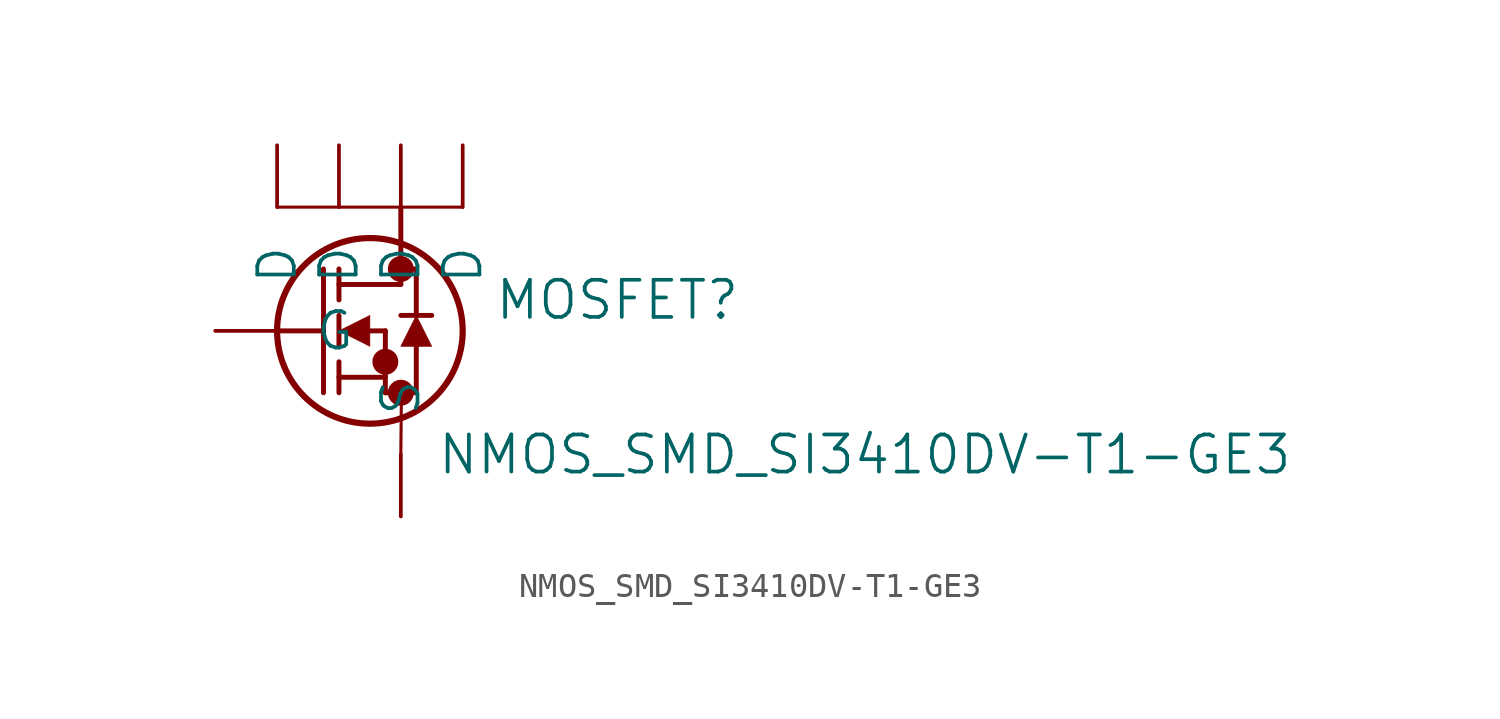
<source format=kicad_sym>
(kicad_symbol_lib
  (version 20201005)
  (generator kicad_symbol_editor)
  (symbol "NB3_power:NMOS_SMD_SI3410DV-T1-GE3"
    (pin_numbers hide)
    (pin_names
      (offset 1.524))
    (property "Reference" "MOSFET"
      (at 16.51 1.27 0)
      (effects (font (size 1.524 1.524))))
    (property "Value" "NMOS_SMD_SI3410DV-T1-GE3"
      (at 26.67 -5.08 0)
      (effects (font (size 1.524 1.524))))
    (property "Datasheet" ""
      (at 0 0 0)
      (effects (font (size 1.524 1.524))))
    (property "ki_locked" ""
      (at 0 0 0)
      (effects (font (size 1.27 1.27))))
    (symbol "NMOS_SMD_SI3410DV-T1-GE3_1_1"
      (circle (center 7.62 2.54) (radius 0.025) (stroke (width 0.508)) (fill (type none)))
      (circle (center 7.62 -2.54) (radius 0.025) (stroke (width 0.508)) (fill (type none)))
      (circle (center 6.985 -1.27) (radius 0.025) (stroke (width 0.508)) (fill (type none)))
      (circle (center 6.35 0) (radius 3.81) (stroke (width 0.254)) (fill (type none)))
      (polyline (pts (xy 6.35 0.635) (xy 5.08 0) (xy 6.35 -0.635) (xy 6.35 0.635)) (stroke (width 0.025)) (fill (type outline)))
      (polyline (pts (xy 8.89 -0.635) (xy 7.62 -0.635) (xy 8.255 0.635) (xy 8.89 -0.635)) (stroke (width 0.025)) (fill (type outline)))
      (polyline (pts (xy 2.54 0) (xy 4.445 0)) (stroke (width 0.203)) (fill (type none)))
      (polyline (pts (xy 4.445 -2.54) (xy 4.445 2.54)) (stroke (width 0.203)) (fill (type none)))
      (polyline (pts (xy 5.08 -0.635) (xy 5.08 0.635)) (stroke (width 0.203)) (fill (type none)))
      (polyline (pts (xy 5.08 -2.54) (xy 5.08 -1.27)) (stroke (width 0.203)) (fill (type none)))
      (polyline (pts (xy 5.08 1.27) (xy 5.08 2.54)) (stroke (width 0.203)) (fill (type none)))
      (polyline (pts (xy 6.35 0) (xy 6.985 0)) (stroke (width 0.203)) (fill (type none)))
      (polyline (pts (xy 5.08 -1.905) (xy 6.985 -1.905)) (stroke (width 0.203)) (fill (type none)))
      (polyline (pts (xy 6.985 -2.54) (xy 6.985 0)) (stroke (width 0.203)) (fill (type none)))
      (polyline (pts (xy 6.985 -2.54) (xy 8.255 -2.54)) (stroke (width 0.203)) (fill (type none)))
      (polyline (pts (xy 5.08 1.905) (xy 7.62 1.905)) (stroke (width 0.203)) (fill (type none)))
      (polyline (pts (xy 8.255 0.635) (xy 8.255 2.54)) (stroke (width 0.203)) (fill (type none)))
      (polyline (pts (xy 8.255 -2.54) (xy 8.255 -0.635)) (stroke (width 0.203)) (fill (type none)))
      (polyline (pts (xy 8.89 0.635) (xy 7.62 0.635)) (stroke (width 0.203)) (fill (type none)))
      (polyline (pts (xy 7.62 2.54) (xy 8.255 2.54)) (stroke (width 0.203)) (fill (type none)))
      (polyline (pts (xy 7.62 5.08) (xy 7.62 1.905)) (stroke (width 0.203)) (fill (type none)))
      (polyline (pts (xy 2.54 5.08) (xy 10.16 5.08)) (stroke (width 0.127)) (fill (type none)))
      (polyline (pts (xy 7.645 -2.54) (xy 7.62 -5.08)) (stroke (width 0.127)) (fill (type none)))
      (pin unspecified line (at 2.54 7.62 270) (length 2.54) (name "D" (effects (font (size 1.499 1.499)))) (number "1" (effects (font (size 1.499 1.499)))))
      (pin unspecified line (at 5.08 7.62 270) (length 2.54) (name "D" (effects (font (size 1.499 1.499)))) (number "2" (effects (font (size 1.499 1.499)))))
      (pin unspecified line (at 0 0 0) (length 2.54) (name "G" (effects (font (size 1.499 1.499)))) (number "3" (effects (font (size 1.499 1.499)))))
      (pin unspecified line (at 7.62 -7.62 90) (length 2.54) (name "S" (effects (font (size 1.499 1.499)))) (number "4" (effects (font (size 1.499 1.499)))))
      (pin unspecified line (at 7.62 7.62 270) (length 2.54) (name "D" (effects (font (size 1.499 1.499)))) (number "5" (effects (font (size 1.499 1.499)))))
      (pin unspecified line (at 10.16 7.62 270) (length 2.54) (name "D" (effects (font (size 1.499 1.499)))) (number "6" (effects (font (size 1.499 1.499))))))))
</source>
